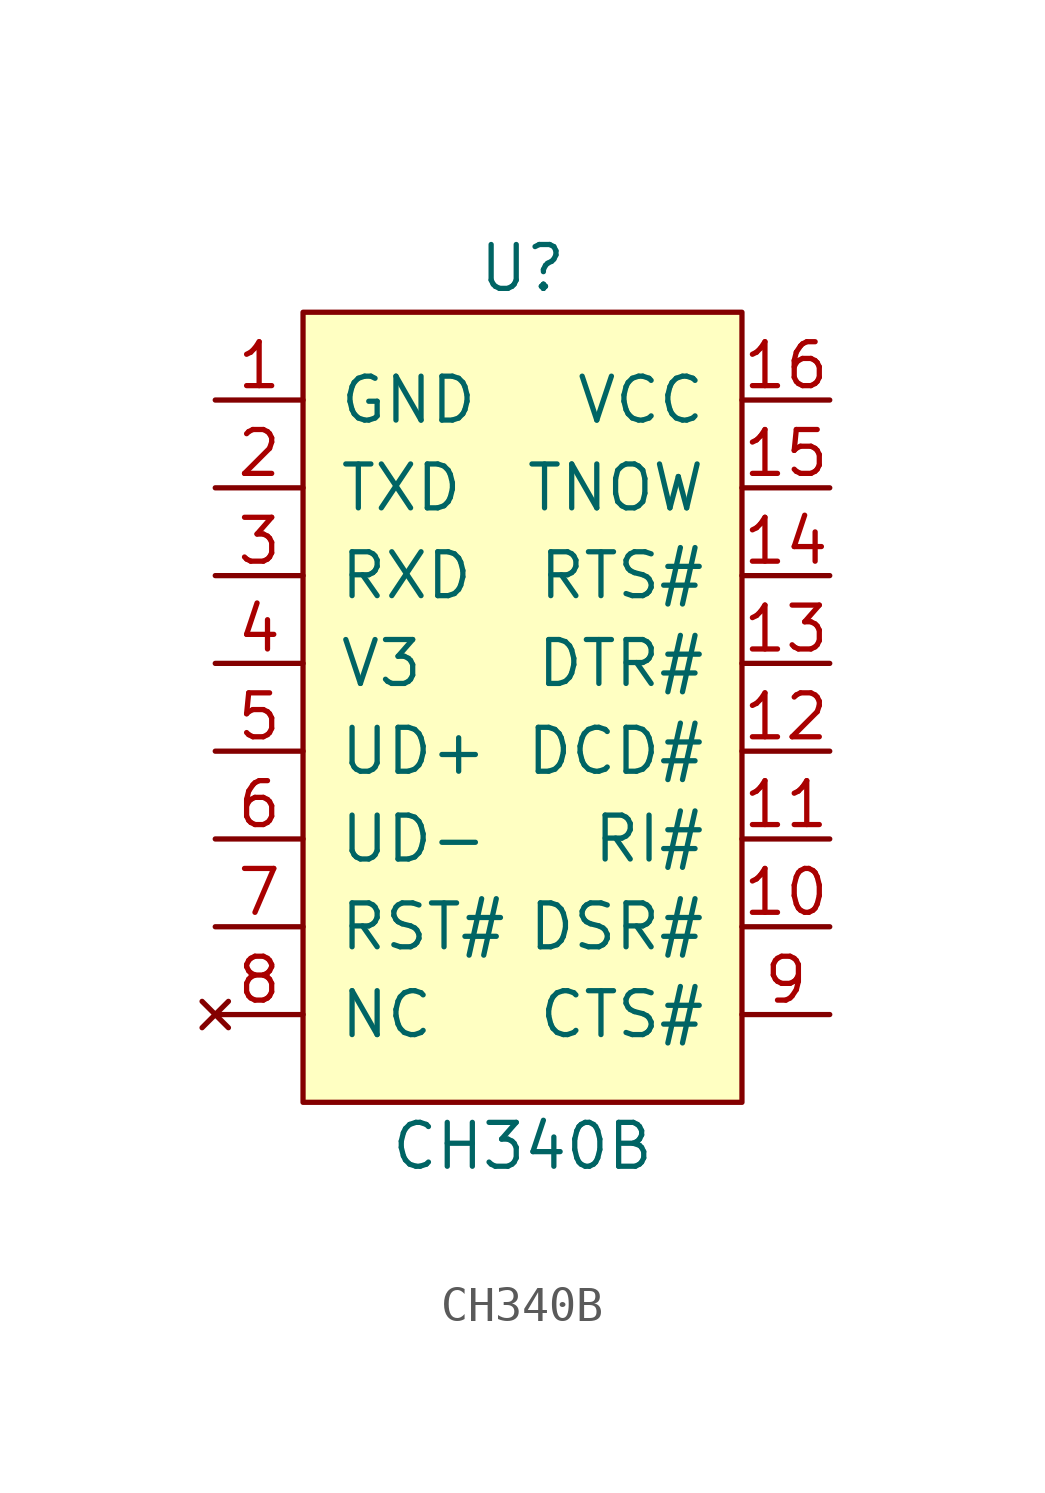
<source format=kicad_sym>
(kicad_symbol_lib
  (version 20231120)
  (generator "kicad_symbol_editor")
  (generator_version "8.0")
  (symbol "CH340B"
    (pin_names
      (offset 1.016))
    (property "Reference" "U"
      (at 0 12.7 0)
      (effects (font (size 1.27 1.27))))
    (property "Value" "CH340B"
      (at 0 -12.7 0)
      (effects (font (size 1.27 1.27))))
    (symbol "CH340B_0_1"
      (rectangle (start -6.35 11.43) (end 6.35 -11.43) (stroke (width 0) (type default)) (fill (type background))))
    (symbol "CH340B_1_1"
      (pin power_in line (at -8.89 8.89 0) (length 2.54) (name "GND" (effects (font (size 1.27 1.27)))) (number "1" (effects (font (size 1.27 1.27)))))
      (pin input line (at 8.89 -6.35 180) (length 2.54) (name "DSR#" (effects (font (size 1.27 1.27)))) (number "10" (effects (font (size 1.27 1.27)))))
      (pin input line (at 8.89 -3.81 180) (length 2.54) (name "RI#" (effects (font (size 1.27 1.27)))) (number "11" (effects (font (size 1.27 1.27)))))
      (pin input line (at 8.89 -1.27 180) (length 2.54) (name "DCD#" (effects (font (size 1.27 1.27)))) (number "12" (effects (font (size 1.27 1.27)))))
      (pin output line (at 8.89 1.27 180) (length 2.54) (name "DTR#" (effects (font (size 1.27 1.27)))) (number "13" (effects (font (size 1.27 1.27)))))
      (pin output line (at 8.89 3.81 180) (length 2.54) (name "RTS#" (effects (font (size 1.27 1.27)))) (number "14" (effects (font (size 1.27 1.27)))))
      (pin output line (at 8.89 6.35 180) (length 2.54) (name "TNOW" (effects (font (size 1.27 1.27)))) (number "15" (effects (font (size 1.27 1.27)))))
      (pin power_in line (at 8.89 8.89 180) (length 2.54) (name "VCC" (effects (font (size 1.27 1.27)))) (number "16" (effects (font (size 1.27 1.27)))))
      (pin output line (at -8.89 6.35 0) (length 2.54) (name "TXD" (effects (font (size 1.27 1.27)))) (number "2" (effects (font (size 1.27 1.27)))))
      (pin input line (at -8.89 3.81 0) (length 2.54) (name "RXD" (effects (font (size 1.27 1.27)))) (number "3" (effects (font (size 1.27 1.27)))))
      (pin passive line (at -8.89 1.27 0) (length 2.54) (name "V3" (effects (font (size 1.27 1.27)))) (number "4" (effects (font (size 1.27 1.27)))))
      (pin bidirectional line (at -8.89 -1.27 0) (length 2.54) (name "UD+" (effects (font (size 1.27 1.27)))) (number "5" (effects (font (size 1.27 1.27)))))
      (pin bidirectional line (at -8.89 -3.81 0) (length 2.54) (name "UD-" (effects (font (size 1.27 1.27)))) (number "6" (effects (font (size 1.27 1.27)))))
      (pin input line (at -8.89 -6.35 0) (length 2.54) (name "RST#" (effects (font (size 1.27 1.27)))) (number "7" (effects (font (size 1.27 1.27)))))
      (pin no_connect line (at -8.89 -8.89 0) (length 2.54) (name "NC" (effects (font (size 1.27 1.27)))) (number "8" (effects (font (size 1.27 1.27)))))
      (pin input line (at 8.89 -8.89 180) (length 2.54) (name "CTS#" (effects (font (size 1.27 1.27)))) (number "9" (effects (font (size 1.27 1.27))))))))
</source>
